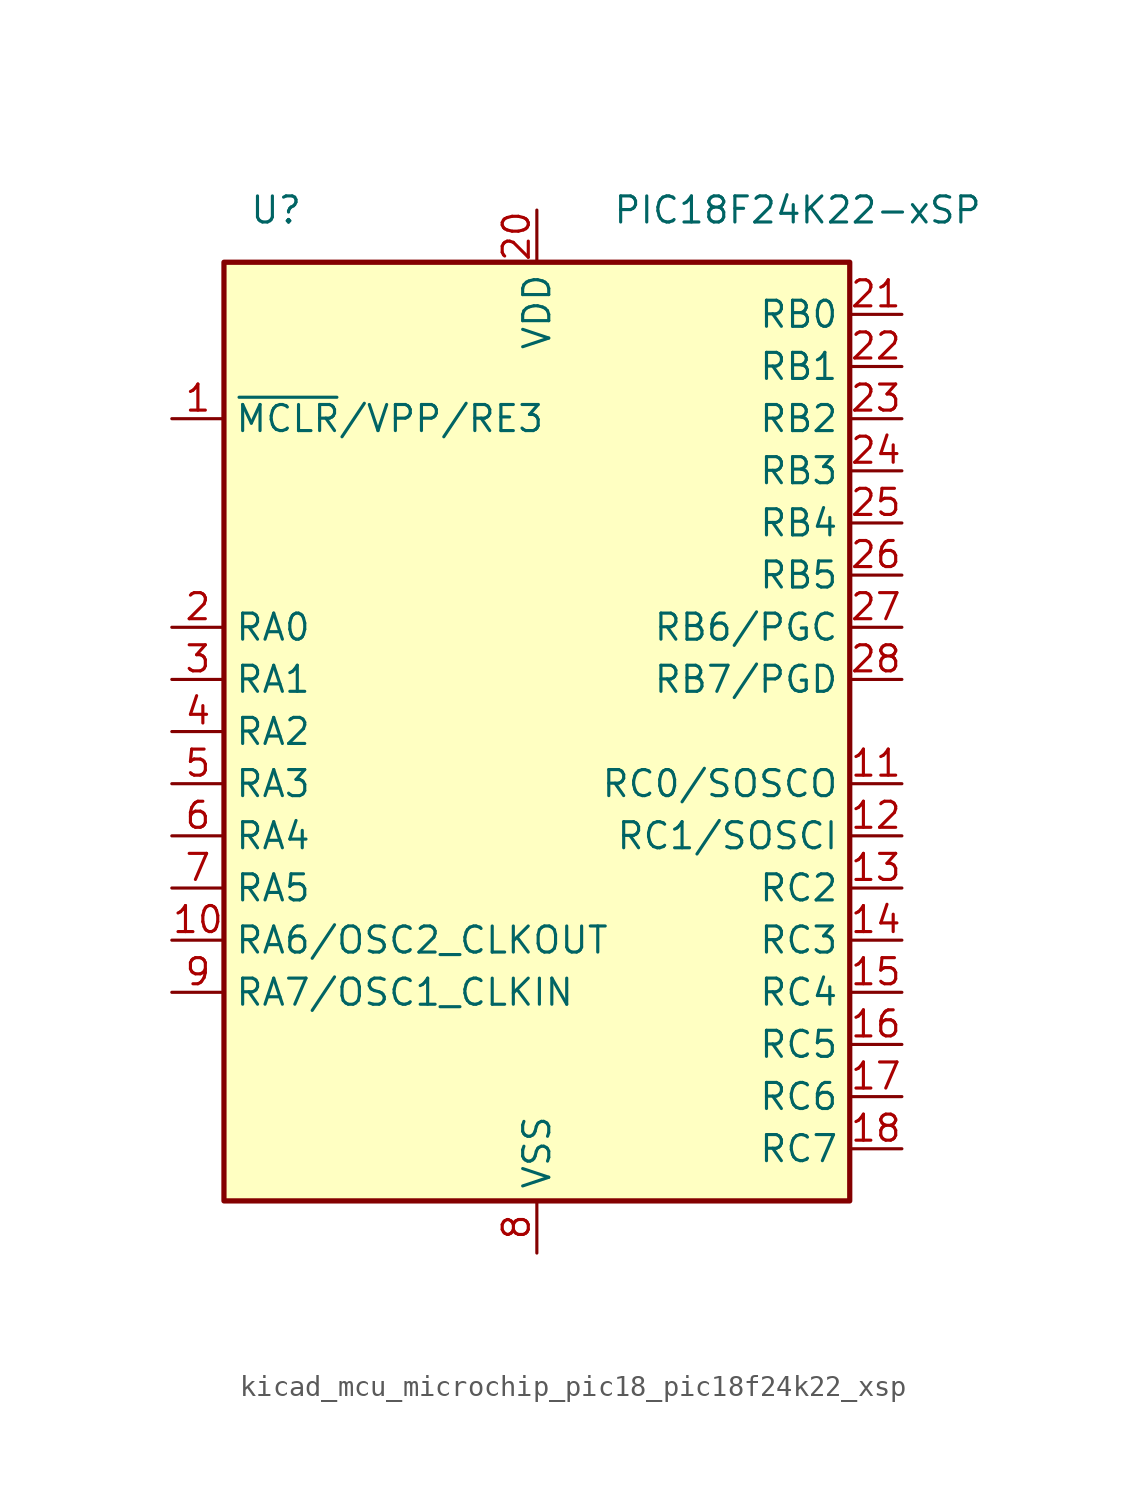
<source format=kicad_sym>
(kicad_symbol_lib
  (version 20220914)
  (generator kicad_symbol_editor)
  (symbol "kicad_mcu_microchip_pic18_pic18f24k22_xsp"
    (property "Reference" "U"
      (at -12.7 25.4 0)
      (effects (font (size 1.27 1.27))))
    (property "Value" "PIC18F24K22-xSP"
      (at 12.7 25.4 0)
      (effects (font (size 1.27 1.27))))
    (symbol "kicad_mcu_microchip_pic18_pic18f24k22_xsp_1_1"
      (rectangle (start -15.24 22.86) (end 15.24 -22.86) (stroke (width 0.254) (type default)) (fill (type background)))
      (pin input line (at -17.78 15.24 0) (length 2.54) (name "~{MCLR}/VPP/RE3" (effects (font (size 1.27 1.27)))) (number "1" (effects (font (size 1.27 1.27)))))
      (pin bidirectional line (at -17.78 -10.16 0) (length 2.54) (name "RA6/OSC2_CLKOUT" (effects (font (size 1.27 1.27)))) (number "10" (effects (font (size 1.27 1.27)))))
      (pin bidirectional line (at 17.78 -2.54 180) (length 2.54) (name "RC0/SOSCO" (effects (font (size 1.27 1.27)))) (number "11" (effects (font (size 1.27 1.27)))))
      (pin bidirectional line (at 17.78 -5.08 180) (length 2.54) (name "RC1/SOSCI" (effects (font (size 1.27 1.27)))) (number "12" (effects (font (size 1.27 1.27)))))
      (pin bidirectional line (at 17.78 -7.62 180) (length 2.54) (name "RC2" (effects (font (size 1.27 1.27)))) (number "13" (effects (font (size 1.27 1.27)))))
      (pin bidirectional line (at 17.78 -10.16 180) (length 2.54) (name "RC3" (effects (font (size 1.27 1.27)))) (number "14" (effects (font (size 1.27 1.27)))))
      (pin bidirectional line (at 17.78 -12.7 180) (length 2.54) (name "RC4" (effects (font (size 1.27 1.27)))) (number "15" (effects (font (size 1.27 1.27)))))
      (pin bidirectional line (at 17.78 -15.24 180) (length 2.54) (name "RC5" (effects (font (size 1.27 1.27)))) (number "16" (effects (font (size 1.27 1.27)))))
      (pin bidirectional line (at 17.78 -17.78 180) (length 2.54) (name "RC6" (effects (font (size 1.27 1.27)))) (number "17" (effects (font (size 1.27 1.27)))))
      (pin bidirectional line (at 17.78 -20.32 180) (length 2.54) (name "RC7" (effects (font (size 1.27 1.27)))) (number "18" (effects (font (size 1.27 1.27)))))
      (pin passive line (at 0 -25.4 90) (length 2.54) hide (name "VSS" (effects (font (size 1.27 1.27)))) (number "19" (effects (font (size 1.27 1.27)))))
      (pin bidirectional line (at -17.78 5.08 0) (length 2.54) (name "RA0" (effects (font (size 1.27 1.27)))) (number "2" (effects (font (size 1.27 1.27)))))
      (pin power_in line (at 0 25.4 270) (length 2.54) (name "VDD" (effects (font (size 1.27 1.27)))) (number "20" (effects (font (size 1.27 1.27)))))
      (pin bidirectional line (at 17.78 20.32 180) (length 2.54) (name "RB0" (effects (font (size 1.27 1.27)))) (number "21" (effects (font (size 1.27 1.27)))))
      (pin bidirectional line (at 17.78 17.78 180) (length 2.54) (name "RB1" (effects (font (size 1.27 1.27)))) (number "22" (effects (font (size 1.27 1.27)))))
      (pin bidirectional line (at 17.78 15.24 180) (length 2.54) (name "RB2" (effects (font (size 1.27 1.27)))) (number "23" (effects (font (size 1.27 1.27)))))
      (pin bidirectional line (at 17.78 12.7 180) (length 2.54) (name "RB3" (effects (font (size 1.27 1.27)))) (number "24" (effects (font (size 1.27 1.27)))))
      (pin bidirectional line (at 17.78 10.16 180) (length 2.54) (name "RB4" (effects (font (size 1.27 1.27)))) (number "25" (effects (font (size 1.27 1.27)))))
      (pin bidirectional line (at 17.78 7.62 180) (length 2.54) (name "RB5" (effects (font (size 1.27 1.27)))) (number "26" (effects (font (size 1.27 1.27)))))
      (pin bidirectional line (at 17.78 5.08 180) (length 2.54) (name "RB6/PGC" (effects (font (size 1.27 1.27)))) (number "27" (effects (font (size 1.27 1.27)))))
      (pin bidirectional line (at 17.78 2.54 180) (length 2.54) (name "RB7/PGD" (effects (font (size 1.27 1.27)))) (number "28" (effects (font (size 1.27 1.27)))))
      (pin bidirectional line (at -17.78 2.54 0) (length 2.54) (name "RA1" (effects (font (size 1.27 1.27)))) (number "3" (effects (font (size 1.27 1.27)))))
      (pin bidirectional line (at -17.78 0 0) (length 2.54) (name "RA2" (effects (font (size 1.27 1.27)))) (number "4" (effects (font (size 1.27 1.27)))))
      (pin bidirectional line (at -17.78 -2.54 0) (length 2.54) (name "RA3" (effects (font (size 1.27 1.27)))) (number "5" (effects (font (size 1.27 1.27)))))
      (pin bidirectional line (at -17.78 -5.08 0) (length 2.54) (name "RA4" (effects (font (size 1.27 1.27)))) (number "6" (effects (font (size 1.27 1.27)))))
      (pin bidirectional line (at -17.78 -7.62 0) (length 2.54) (name "RA5" (effects (font (size 1.27 1.27)))) (number "7" (effects (font (size 1.27 1.27)))))
      (pin power_in line (at 0 -25.4 90) (length 2.54) (name "VSS" (effects (font (size 1.27 1.27)))) (number "8" (effects (font (size 1.27 1.27)))))
      (pin bidirectional line (at -17.78 -12.7 0) (length 2.54) (name "RA7/OSC1_CLKIN" (effects (font (size 1.27 1.27)))) (number "9" (effects (font (size 1.27 1.27))))))))
</source>
